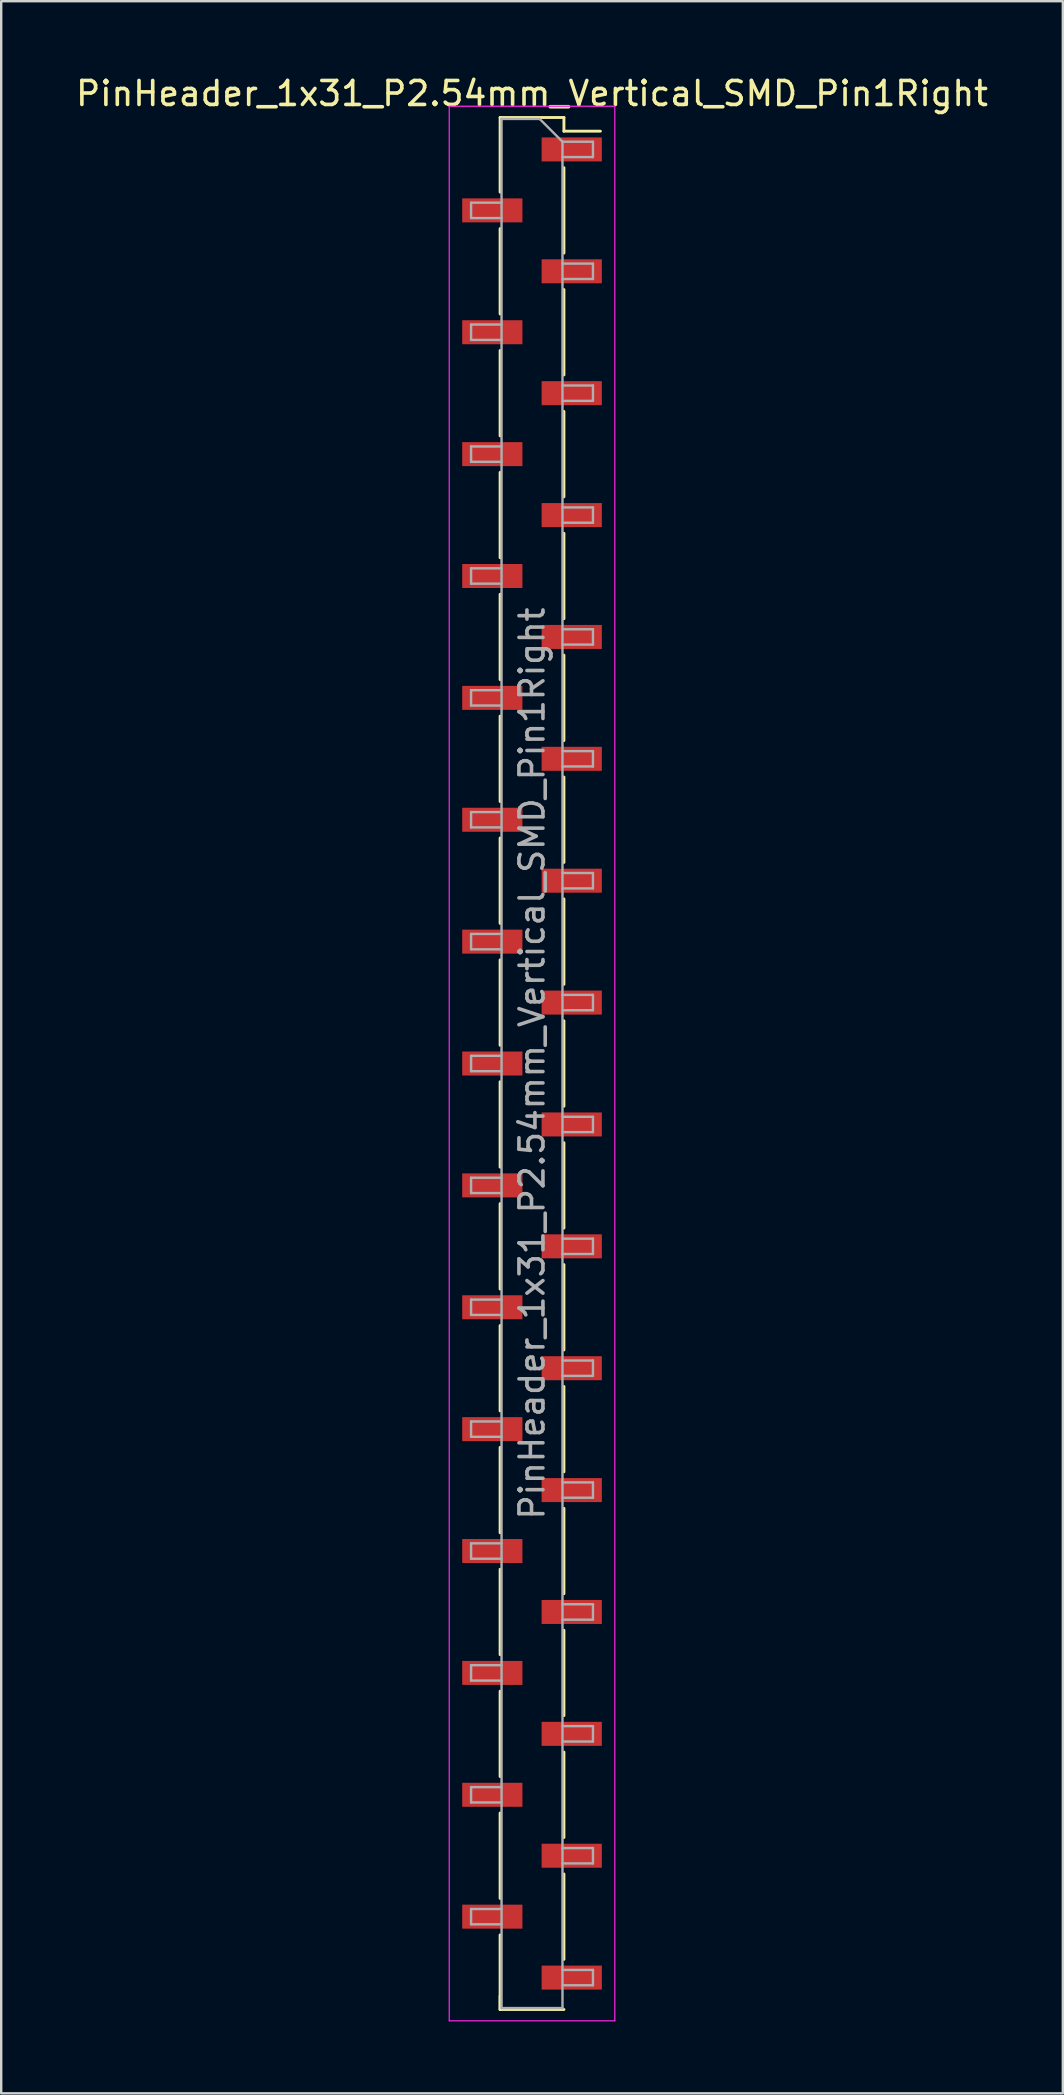
<source format=kicad_pcb>
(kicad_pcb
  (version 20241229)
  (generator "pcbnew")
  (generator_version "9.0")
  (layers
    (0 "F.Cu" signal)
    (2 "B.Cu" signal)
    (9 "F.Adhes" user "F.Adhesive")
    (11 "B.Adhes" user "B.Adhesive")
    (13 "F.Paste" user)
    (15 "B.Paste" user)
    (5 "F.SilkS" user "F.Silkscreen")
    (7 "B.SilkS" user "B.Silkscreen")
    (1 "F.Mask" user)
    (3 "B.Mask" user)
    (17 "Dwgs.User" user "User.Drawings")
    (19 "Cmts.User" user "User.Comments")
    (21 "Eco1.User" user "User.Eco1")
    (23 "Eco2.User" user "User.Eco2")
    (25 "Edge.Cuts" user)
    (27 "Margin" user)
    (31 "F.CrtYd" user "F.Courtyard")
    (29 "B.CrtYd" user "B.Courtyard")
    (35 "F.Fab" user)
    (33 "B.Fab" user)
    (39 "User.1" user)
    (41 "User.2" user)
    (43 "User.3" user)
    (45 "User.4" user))
  (footprint "PinHeader_1x31_P2.54mm_Vertical_SMD_Pin1Right"
    (layer "F.Cu")
    (at 19.125 41.278)
    (property "Reference" "PinHeader_1x31_P2.54mm_Vertical_SMD_Pin1Right" (at 0 -40.43 0) (layer "F.SilkS") (effects (font (size 1 1) (thickness 0.15))))
    (attr smd)
    (fp_line (start -1.33 -39.43) (end -1.33 -36.32) (stroke (width 0.12) (type solid)) (layer "F.SilkS"))
    (fp_line (start -1.33 -39.43) (end 1.33 -39.43) (stroke (width 0.12) (type solid)) (layer "F.SilkS"))
    (fp_line (start -1.33 -34.8) (end -1.33 -31.24) (stroke (width 0.12) (type solid)) (layer "F.SilkS"))
    (fp_line (start -1.33 -29.72) (end -1.33 -26.16) (stroke (width 0.12) (type solid)) (layer "F.SilkS"))
    (fp_line (start -1.33 -24.64) (end -1.33 -21.08) (stroke (width 0.12) (type solid)) (layer "F.SilkS"))
    (fp_line (start -1.33 -19.56) (end -1.33 -16) (stroke (width 0.12) (type solid)) (layer "F.SilkS"))
    (fp_line (start -1.33 -14.48) (end -1.33 -10.92) (stroke (width 0.12) (type solid)) (layer "F.SilkS"))
    (fp_line (start -1.33 -9.4) (end -1.33 -5.84) (stroke (width 0.12) (type solid)) (layer "F.SilkS"))
    (fp_line (start -1.33 -4.32) (end -1.33 -0.76) (stroke (width 0.12) (type solid)) (layer "F.SilkS"))
    (fp_line (start -1.33 0.76) (end -1.33 4.32) (stroke (width 0.12) (type solid)) (layer "F.SilkS"))
    (fp_line (start -1.33 5.84) (end -1.33 9.4) (stroke (width 0.12) (type solid)) (layer "F.SilkS"))
    (fp_line (start -1.33 10.92) (end -1.33 14.48) (stroke (width 0.12) (type solid)) (layer "F.SilkS"))
    (fp_line (start -1.33 16) (end -1.33 19.56) (stroke (width 0.12) (type solid)) (layer "F.SilkS"))
    (fp_line (start -1.33 21.08) (end -1.33 24.64) (stroke (width 0.12) (type solid)) (layer "F.SilkS"))
    (fp_line (start -1.33 26.16) (end -1.33 29.72) (stroke (width 0.12) (type solid)) (layer "F.SilkS"))
    (fp_line (start -1.33 31.24) (end -1.33 34.8) (stroke (width 0.12) (type solid)) (layer "F.SilkS"))
    (fp_line (start -1.33 36.32) (end -1.33 39.43) (stroke (width 0.12) (type solid)) (layer "F.SilkS"))
    (fp_line (start -1.33 38.86) (end -1.33 39.43) (stroke (width 0.12) (type solid)) (layer "F.SilkS"))
    (fp_line (start -1.33 39.43) (end 1.33 39.43) (stroke (width 0.12) (type solid)) (layer "F.SilkS"))
    (fp_line (start 1.33 -39.43) (end 1.33 -38.86) (stroke (width 0.12) (type solid)) (layer "F.SilkS"))
    (fp_line (start 1.33 -38.86) (end 2.85 -38.86) (stroke (width 0.12) (type solid)) (layer "F.SilkS"))
    (fp_line (start 1.33 -37.34) (end 1.33 -33.78) (stroke (width 0.12) (type solid)) (layer "F.SilkS"))
    (fp_line (start 1.33 -32.26) (end 1.33 -28.7) (stroke (width 0.12) (type solid)) (layer "F.SilkS"))
    (fp_line (start 1.33 -27.18) (end 1.33 -23.62) (stroke (width 0.12) (type solid)) (layer "F.SilkS"))
    (fp_line (start 1.33 -22.1) (end 1.33 -18.54) (stroke (width 0.12) (type solid)) (layer "F.SilkS"))
    (fp_line (start 1.33 -17.02) (end 1.33 -13.46) (stroke (width 0.12) (type solid)) (layer "F.SilkS"))
    (fp_line (start 1.33 -11.94) (end 1.33 -8.38) (stroke (width 0.12) (type solid)) (layer "F.SilkS"))
    (fp_line (start 1.33 -6.86) (end 1.33 -3.3) (stroke (width 0.12) (type solid)) (layer "F.SilkS"))
    (fp_line (start 1.33 -1.78) (end 1.33 1.78) (stroke (width 0.12) (type solid)) (layer "F.SilkS"))
    (fp_line (start 1.33 3.3) (end 1.33 6.86) (stroke (width 0.12) (type solid)) (layer "F.SilkS"))
    (fp_line (start 1.33 8.38) (end 1.33 11.94) (stroke (width 0.12) (type solid)) (layer "F.SilkS"))
    (fp_line (start 1.33 13.46) (end 1.33 17.02) (stroke (width 0.12) (type solid)) (layer "F.SilkS"))
    (fp_line (start 1.33 18.54) (end 1.33 22.1) (stroke (width 0.12) (type solid)) (layer "F.SilkS"))
    (fp_line (start 1.33 23.62) (end 1.33 27.18) (stroke (width 0.12) (type solid)) (layer "F.SilkS"))
    (fp_line (start 1.33 28.7) (end 1.33 32.26) (stroke (width 0.12) (type solid)) (layer "F.SilkS"))
    (fp_line (start 1.33 33.78) (end 1.33 37.34) (stroke (width 0.12) (type solid)) (layer "F.SilkS"))
    (fp_line (start -3.45 -39.9) (end -3.45 39.9) (stroke (width 0.05) (type solid)) (layer "F.CrtYd"))
    (fp_line (start -3.45 39.9) (end 3.45 39.9) (stroke (width 0.05) (type solid)) (layer "F.CrtYd"))
    (fp_line (start 3.45 -39.9) (end -3.45 -39.9) (stroke (width 0.05) (type solid)) (layer "F.CrtYd"))
    (fp_line (start 3.45 39.9) (end 3.45 -39.9) (stroke (width 0.05) (type solid)) (layer "F.CrtYd"))
    (fp_line (start -2.54 -35.88) (end -2.54 -35.24) (stroke (width 0.1) (type solid)) (layer "F.Fab"))
    (fp_line (start -2.54 -35.24) (end -1.27 -35.24) (stroke (width 0.1) (type solid)) (layer "F.Fab"))
    (fp_line (start -2.54 -30.8) (end -2.54 -30.16) (stroke (width 0.1) (type solid)) (layer "F.Fab"))
    (fp_line (start -2.54 -30.16) (end -1.27 -30.16) (stroke (width 0.1) (type solid)) (layer "F.Fab"))
    (fp_line (start -2.54 -25.72) (end -2.54 -25.08) (stroke (width 0.1) (type solid)) (layer "F.Fab"))
    (fp_line (start -2.54 -25.08) (end -1.27 -25.08) (stroke (width 0.1) (type solid)) (layer "F.Fab"))
    (fp_line (start -2.54 -20.64) (end -2.54 -20) (stroke (width 0.1) (type solid)) (layer "F.Fab"))
    (fp_line (start -2.54 -20) (end -1.27 -20) (stroke (width 0.1) (type solid)) (layer "F.Fab"))
    (fp_line (start -2.54 -15.56) (end -2.54 -14.92) (stroke (width 0.1) (type solid)) (layer "F.Fab"))
    (fp_line (start -2.54 -14.92) (end -1.27 -14.92) (stroke (width 0.1) (type solid)) (layer "F.Fab"))
    (fp_line (start -2.54 -10.48) (end -2.54 -9.84) (stroke (width 0.1) (type solid)) (layer "F.Fab"))
    (fp_line (start -2.54 -9.84) (end -1.27 -9.84) (stroke (width 0.1) (type solid)) (layer "F.Fab"))
    (fp_line (start -2.54 -5.4) (end -2.54 -4.76) (stroke (width 0.1) (type solid)) (layer "F.Fab"))
    (fp_line (start -2.54 -4.76) (end -1.27 -4.76) (stroke (width 0.1) (type solid)) (layer "F.Fab"))
    (fp_line (start -2.54 -0.32) (end -2.54 0.32) (stroke (width 0.1) (type solid)) (layer "F.Fab"))
    (fp_line (start -2.54 0.32) (end -1.27 0.32) (stroke (width 0.1) (type solid)) (layer "F.Fab"))
    (fp_line (start -2.54 4.76) (end -2.54 5.4) (stroke (width 0.1) (type solid)) (layer "F.Fab"))
    (fp_line (start -2.54 5.4) (end -1.27 5.4) (stroke (width 0.1) (type solid)) (layer "F.Fab"))
    (fp_line (start -2.54 9.84) (end -2.54 10.48) (stroke (width 0.1) (type solid)) (layer "F.Fab"))
    (fp_line (start -2.54 10.48) (end -1.27 10.48) (stroke (width 0.1) (type solid)) (layer "F.Fab"))
    (fp_line (start -2.54 14.92) (end -2.54 15.56) (stroke (width 0.1) (type solid)) (layer "F.Fab"))
    (fp_line (start -2.54 15.56) (end -1.27 15.56) (stroke (width 0.1) (type solid)) (layer "F.Fab"))
    (fp_line (start -2.54 20) (end -2.54 20.64) (stroke (width 0.1) (type solid)) (layer "F.Fab"))
    (fp_line (start -2.54 20.64) (end -1.27 20.64) (stroke (width 0.1) (type solid)) (layer "F.Fab"))
    (fp_line (start -2.54 25.08) (end -2.54 25.72) (stroke (width 0.1) (type solid)) (layer "F.Fab"))
    (fp_line (start -2.54 25.72) (end -1.27 25.72) (stroke (width 0.1) (type solid)) (layer "F.Fab"))
    (fp_line (start -2.54 30.16) (end -2.54 30.8) (stroke (width 0.1) (type solid)) (layer "F.Fab"))
    (fp_line (start -2.54 30.8) (end -1.27 30.8) (stroke (width 0.1) (type solid)) (layer "F.Fab"))
    (fp_line (start -2.54 35.24) (end -2.54 35.88) (stroke (width 0.1) (type solid)) (layer "F.Fab"))
    (fp_line (start -2.54 35.88) (end -1.27 35.88) (stroke (width 0.1) (type solid)) (layer "F.Fab"))
    (fp_line (start -1.27 -39.37) (end -1.27 39.37) (stroke (width 0.1) (type solid)) (layer "F.Fab"))
    (fp_line (start -1.27 -39.37) (end 0.32 -39.37) (stroke (width 0.1) (type solid)) (layer "F.Fab"))
    (fp_line (start -1.27 -35.88) (end -2.54 -35.88) (stroke (width 0.1) (type solid)) (layer "F.Fab"))
    (fp_line (start -1.27 -30.8) (end -2.54 -30.8) (stroke (width 0.1) (type solid)) (layer "F.Fab"))
    (fp_line (start -1.27 -25.72) (end -2.54 -25.72) (stroke (width 0.1) (type solid)) (layer "F.Fab"))
    (fp_line (start -1.27 -20.64) (end -2.54 -20.64) (stroke (width 0.1) (type solid)) (layer "F.Fab"))
    (fp_line (start -1.27 -15.56) (end -2.54 -15.56) (stroke (width 0.1) (type solid)) (layer "F.Fab"))
    (fp_line (start -1.27 -10.48) (end -2.54 -10.48) (stroke (width 0.1) (type solid)) (layer "F.Fab"))
    (fp_line (start -1.27 -5.4) (end -2.54 -5.4) (stroke (width 0.1) (type solid)) (layer "F.Fab"))
    (fp_line (start -1.27 -0.32) (end -2.54 -0.32) (stroke (width 0.1) (type solid)) (layer "F.Fab"))
    (fp_line (start -1.27 4.76) (end -2.54 4.76) (stroke (width 0.1) (type solid)) (layer "F.Fab"))
    (fp_line (start -1.27 9.84) (end -2.54 9.84) (stroke (width 0.1) (type solid)) (layer "F.Fab"))
    (fp_line (start -1.27 14.92) (end -2.54 14.92) (stroke (width 0.1) (type solid)) (layer "F.Fab"))
    (fp_line (start -1.27 20) (end -2.54 20) (stroke (width 0.1) (type solid)) (layer "F.Fab"))
    (fp_line (start -1.27 25.08) (end -2.54 25.08) (stroke (width 0.1) (type solid)) (layer "F.Fab"))
    (fp_line (start -1.27 30.16) (end -2.54 30.16) (stroke (width 0.1) (type solid)) (layer "F.Fab"))
    (fp_line (start -1.27 35.24) (end -2.54 35.24) (stroke (width 0.1) (type solid)) (layer "F.Fab"))
    (fp_line (start 1.27 -38.42) (end 0.32 -39.37) (stroke (width 0.1) (type solid)) (layer "F.Fab"))
    (fp_line (start 1.27 -38.42) (end 2.54 -38.42) (stroke (width 0.1) (type solid)) (layer "F.Fab"))
    (fp_line (start 1.27 -33.34) (end 2.54 -33.34) (stroke (width 0.1) (type solid)) (layer "F.Fab"))
    (fp_line (start 1.27 -28.26) (end 2.54 -28.26) (stroke (width 0.1) (type solid)) (layer "F.Fab"))
    (fp_line (start 1.27 -23.18) (end 2.54 -23.18) (stroke (width 0.1) (type solid)) (layer "F.Fab"))
    (fp_line (start 1.27 -18.1) (end 2.54 -18.1) (stroke (width 0.1) (type solid)) (layer "F.Fab"))
    (fp_line (start 1.27 -13.02) (end 2.54 -13.02) (stroke (width 0.1) (type solid)) (layer "F.Fab"))
    (fp_line (start 1.27 -7.94) (end 2.54 -7.94) (stroke (width 0.1) (type solid)) (layer "F.Fab"))
    (fp_line (start 1.27 -2.86) (end 2.54 -2.86) (stroke (width 0.1) (type solid)) (layer "F.Fab"))
    (fp_line (start 1.27 2.22) (end 2.54 2.22) (stroke (width 0.1) (type solid)) (layer "F.Fab"))
    (fp_line (start 1.27 7.3) (end 2.54 7.3) (stroke (width 0.1) (type solid)) (layer "F.Fab"))
    (fp_line (start 1.27 12.38) (end 2.54 12.38) (stroke (width 0.1) (type solid)) (layer "F.Fab"))
    (fp_line (start 1.27 17.46) (end 2.54 17.46) (stroke (width 0.1) (type solid)) (layer "F.Fab"))
    (fp_line (start 1.27 22.54) (end 2.54 22.54) (stroke (width 0.1) (type solid)) (layer "F.Fab"))
    (fp_line (start 1.27 27.62) (end 2.54 27.62) (stroke (width 0.1) (type solid)) (layer "F.Fab"))
    (fp_line (start 1.27 32.7) (end 2.54 32.7) (stroke (width 0.1) (type solid)) (layer "F.Fab"))
    (fp_line (start 1.27 37.78) (end 2.54 37.78) (stroke (width 0.1) (type solid)) (layer "F.Fab"))
    (fp_line (start 1.27 39.37) (end -1.27 39.37) (stroke (width 0.1) (type solid)) (layer "F.Fab"))
    (fp_line (start 1.27 39.37) (end 1.27 -38.42) (stroke (width 0.1) (type solid)) (layer "F.Fab"))
    (fp_line (start 2.54 -38.42) (end 2.54 -37.78) (stroke (width 0.1) (type solid)) (layer "F.Fab"))
    (fp_line (start 2.54 -37.78) (end 1.27 -37.78) (stroke (width 0.1) (type solid)) (layer "F.Fab"))
    (fp_line (start 2.54 -33.34) (end 2.54 -32.7) (stroke (width 0.1) (type solid)) (layer "F.Fab"))
    (fp_line (start 2.54 -32.7) (end 1.27 -32.7) (stroke (width 0.1) (type solid)) (layer "F.Fab"))
    (fp_line (start 2.54 -28.26) (end 2.54 -27.62) (stroke (width 0.1) (type solid)) (layer "F.Fab"))
    (fp_line (start 2.54 -27.62) (end 1.27 -27.62) (stroke (width 0.1) (type solid)) (layer "F.Fab"))
    (fp_line (start 2.54 -23.18) (end 2.54 -22.54) (stroke (width 0.1) (type solid)) (layer "F.Fab"))
    (fp_line (start 2.54 -22.54) (end 1.27 -22.54) (stroke (width 0.1) (type solid)) (layer "F.Fab"))
    (fp_line (start 2.54 -18.1) (end 2.54 -17.46) (stroke (width 0.1) (type solid)) (layer "F.Fab"))
    (fp_line (start 2.54 -17.46) (end 1.27 -17.46) (stroke (width 0.1) (type solid)) (layer "F.Fab"))
    (fp_line (start 2.54 -13.02) (end 2.54 -12.38) (stroke (width 0.1) (type solid)) (layer "F.Fab"))
    (fp_line (start 2.54 -12.38) (end 1.27 -12.38) (stroke (width 0.1) (type solid)) (layer "F.Fab"))
    (fp_line (start 2.54 -7.94) (end 2.54 -7.3) (stroke (width 0.1) (type solid)) (layer "F.Fab"))
    (fp_line (start 2.54 -7.3) (end 1.27 -7.3) (stroke (width 0.1) (type solid)) (layer "F.Fab"))
    (fp_line (start 2.54 -2.86) (end 2.54 -2.22) (stroke (width 0.1) (type solid)) (layer "F.Fab"))
    (fp_line (start 2.54 -2.22) (end 1.27 -2.22) (stroke (width 0.1) (type solid)) (layer "F.Fab"))
    (fp_line (start 2.54 2.22) (end 2.54 2.86) (stroke (width 0.1) (type solid)) (layer "F.Fab"))
    (fp_line (start 2.54 2.86) (end 1.27 2.86) (stroke (width 0.1) (type solid)) (layer "F.Fab"))
    (fp_line (start 2.54 7.3) (end 2.54 7.94) (stroke (width 0.1) (type solid)) (layer "F.Fab"))
    (fp_line (start 2.54 7.94) (end 1.27 7.94) (stroke (width 0.1) (type solid)) (layer "F.Fab"))
    (fp_line (start 2.54 12.38) (end 2.54 13.02) (stroke (width 0.1) (type solid)) (layer "F.Fab"))
    (fp_line (start 2.54 13.02) (end 1.27 13.02) (stroke (width 0.1) (type solid)) (layer "F.Fab"))
    (fp_line (start 2.54 17.46) (end 2.54 18.1) (stroke (width 0.1) (type solid)) (layer "F.Fab"))
    (fp_line (start 2.54 18.1) (end 1.27 18.1) (stroke (width 0.1) (type solid)) (layer "F.Fab"))
    (fp_line (start 2.54 22.54) (end 2.54 23.18) (stroke (width 0.1) (type solid)) (layer "F.Fab"))
    (fp_line (start 2.54 23.18) (end 1.27 23.18) (stroke (width 0.1) (type solid)) (layer "F.Fab"))
    (fp_line (start 2.54 27.62) (end 2.54 28.26) (stroke (width 0.1) (type solid)) (layer "F.Fab"))
    (fp_line (start 2.54 28.26) (end 1.27 28.26) (stroke (width 0.1) (type solid)) (layer "F.Fab"))
    (fp_line (start 2.54 32.7) (end 2.54 33.34) (stroke (width 0.1) (type solid)) (layer "F.Fab"))
    (fp_line (start 2.54 33.34) (end 1.27 33.34) (stroke (width 0.1) (type solid)) (layer "F.Fab"))
    (fp_line (start 2.54 37.78) (end 2.54 38.42) (stroke (width 0.1) (type solid)) (layer "F.Fab"))
    (fp_line (start 2.54 38.42) (end 1.27 38.42) (stroke (width 0.1) (type solid)) (layer "F.Fab"))
    (fp_text user "${REFERENCE}" (at 0 0 90) (layer "F.Fab") (effects (font (size 1 1) (thickness 0.15))))
    (pad "1" smd rect (at 1.655 -38.1) (size 2.51 1) (layers "F.Cu" "F.Mask" "F.Paste"))
    (pad "2" smd rect (at -1.655 -35.56) (size 2.51 1) (layers "F.Cu" "F.Mask" "F.Paste"))
    (pad "3" smd rect (at 1.655 -33.02) (size 2.51 1) (layers "F.Cu" "F.Mask" "F.Paste"))
    (pad "4" smd rect (at -1.655 -30.48) (size 2.51 1) (layers "F.Cu" "F.Mask" "F.Paste"))
    (pad "5" smd rect (at 1.655 -27.94) (size 2.51 1) (layers "F.Cu" "F.Mask" "F.Paste"))
    (pad "6" smd rect (at -1.655 -25.4) (size 2.51 1) (layers "F.Cu" "F.Mask" "F.Paste"))
    (pad "7" smd rect (at 1.655 -22.86) (size 2.51 1) (layers "F.Cu" "F.Mask" "F.Paste"))
    (pad "8" smd rect (at -1.655 -20.32) (size 2.51 1) (layers "F.Cu" "F.Mask" "F.Paste"))
    (pad "9" smd rect (at 1.655 -17.78) (size 2.51 1) (layers "F.Cu" "F.Mask" "F.Paste"))
    (pad "10" smd rect (at -1.655 -15.24) (size 2.51 1) (layers "F.Cu" "F.Mask" "F.Paste"))
    (pad "11" smd rect (at 1.655 -12.7) (size 2.51 1) (layers "F.Cu" "F.Mask" "F.Paste"))
    (pad "12" smd rect (at -1.655 -10.16) (size 2.51 1) (layers "F.Cu" "F.Mask" "F.Paste"))
    (pad "13" smd rect (at 1.655 -7.62) (size 2.51 1) (layers "F.Cu" "F.Mask" "F.Paste"))
    (pad "14" smd rect (at -1.655 -5.08) (size 2.51 1) (layers "F.Cu" "F.Mask" "F.Paste"))
    (pad "15" smd rect (at 1.655 -2.54) (size 2.51 1) (layers "F.Cu" "F.Mask" "F.Paste"))
    (pad "16" smd rect (at -1.655 0) (size 2.51 1) (layers "F.Cu" "F.Mask" "F.Paste"))
    (pad "17" smd rect (at 1.655 2.54) (size 2.51 1) (layers "F.Cu" "F.Mask" "F.Paste"))
    (pad "18" smd rect (at -1.655 5.08) (size 2.51 1) (layers "F.Cu" "F.Mask" "F.Paste"))
    (pad "19" smd rect (at 1.655 7.62) (size 2.51 1) (layers "F.Cu" "F.Mask" "F.Paste"))
    (pad "20" smd rect (at -1.655 10.16) (size 2.51 1) (layers "F.Cu" "F.Mask" "F.Paste"))
    (pad "21" smd rect (at 1.655 12.7) (size 2.51 1) (layers "F.Cu" "F.Mask" "F.Paste"))
    (pad "22" smd rect (at -1.655 15.24) (size 2.51 1) (layers "F.Cu" "F.Mask" "F.Paste"))
    (pad "23" smd rect (at 1.655 17.78) (size 2.51 1) (layers "F.Cu" "F.Mask" "F.Paste"))
    (pad "24" smd rect (at -1.655 20.32) (size 2.51 1) (layers "F.Cu" "F.Mask" "F.Paste"))
    (pad "25" smd rect (at 1.655 22.86) (size 2.51 1) (layers "F.Cu" "F.Mask" "F.Paste"))
    (pad "26" smd rect (at -1.655 25.4) (size 2.51 1) (layers "F.Cu" "F.Mask" "F.Paste"))
    (pad "27" smd rect (at 1.655 27.94) (size 2.51 1) (layers "F.Cu" "F.Mask" "F.Paste"))
    (pad "28" smd rect (at -1.655 30.48) (size 2.51 1) (layers "F.Cu" "F.Mask" "F.Paste"))
    (pad "29" smd rect (at 1.655 33.02) (size 2.51 1) (layers "F.Cu" "F.Mask" "F.Paste"))
    (pad "30" smd rect (at -1.655 35.56) (size 2.51 1) (layers "F.Cu" "F.Mask" "F.Paste"))
    (pad "31" smd rect (at 1.655 38.1) (size 2.51 1) (layers "F.Cu" "F.Mask" "F.Paste")))
  (gr_rect
    (start -3 -3)
    (end 41.25 84.203)
    (stroke (width 0.1) (type default))
    (fill no)
    (layer "Edge.Cuts")))
</source>
